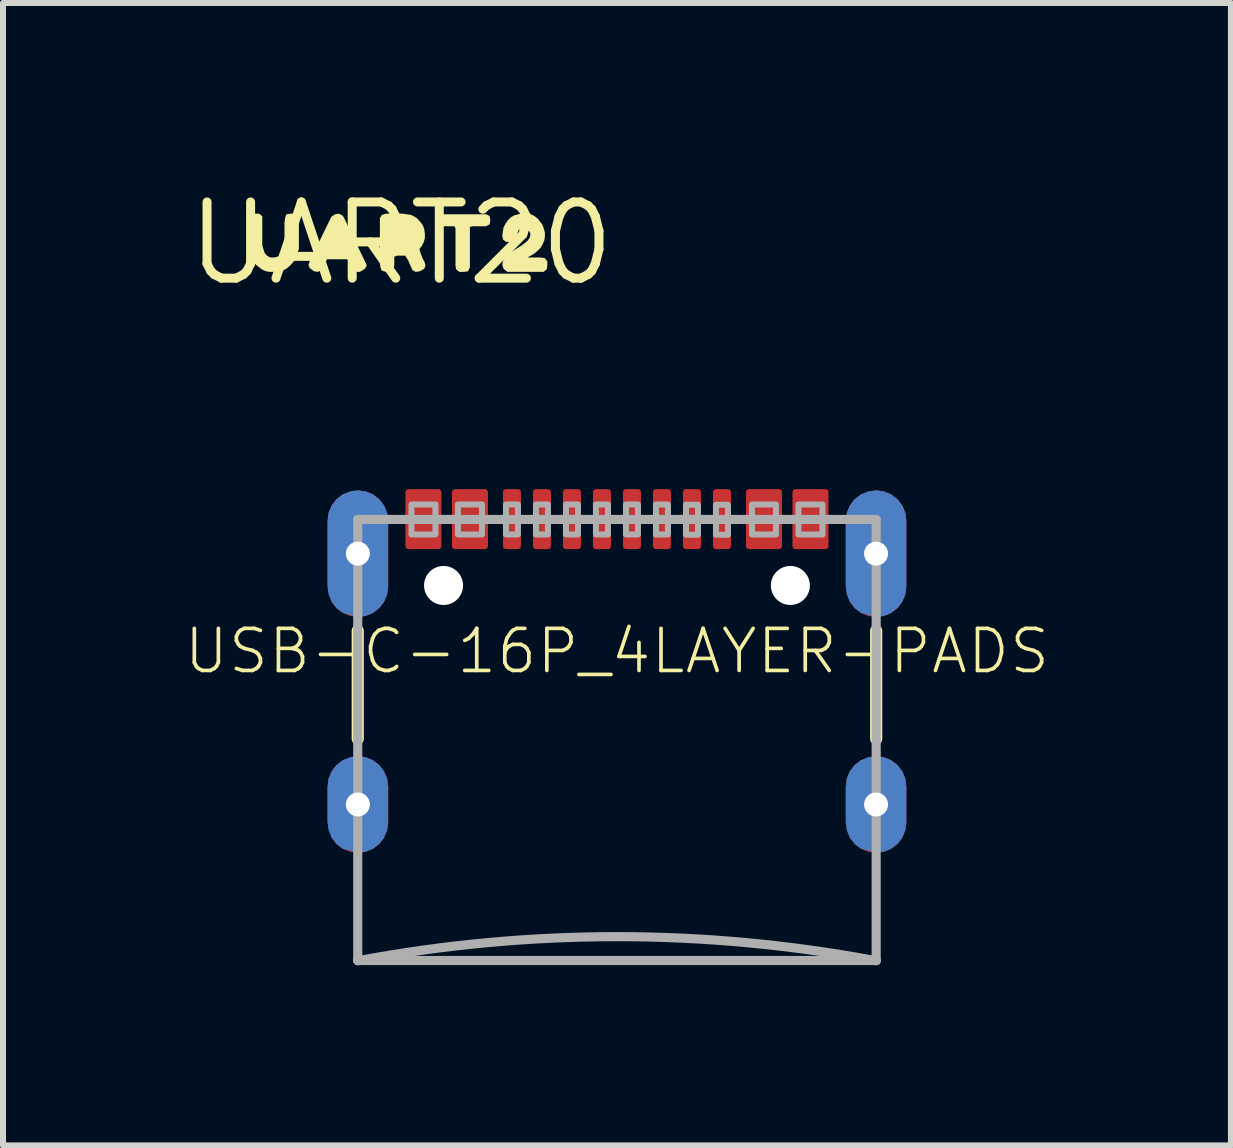
<source format=kicad_pcb>
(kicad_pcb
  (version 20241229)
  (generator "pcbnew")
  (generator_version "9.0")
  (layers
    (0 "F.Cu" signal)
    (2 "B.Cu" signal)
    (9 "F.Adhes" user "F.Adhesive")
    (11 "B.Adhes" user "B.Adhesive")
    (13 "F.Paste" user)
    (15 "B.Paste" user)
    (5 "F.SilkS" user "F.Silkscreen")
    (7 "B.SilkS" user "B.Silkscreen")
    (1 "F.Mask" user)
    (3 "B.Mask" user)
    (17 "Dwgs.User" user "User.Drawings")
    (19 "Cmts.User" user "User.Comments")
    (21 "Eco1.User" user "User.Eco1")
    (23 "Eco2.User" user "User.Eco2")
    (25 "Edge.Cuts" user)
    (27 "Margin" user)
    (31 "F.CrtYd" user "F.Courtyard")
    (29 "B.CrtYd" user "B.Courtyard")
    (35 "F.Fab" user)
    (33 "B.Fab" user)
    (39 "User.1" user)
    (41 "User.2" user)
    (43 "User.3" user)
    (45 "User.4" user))
  (footprint "USB-C-16P_4LAYER-PADS"
    (layer "F.Cu")
    (at 7.232 5.262)
    (property "Reference" "USB-C-16P_4LAYER-PADS" (at 0 2.54 0) (unlocked yes) (layer "F.SilkS") (effects (font (size 0.701 0.701) (thickness 0.061))))
    (fp_poly (pts (xy -4.187 -0.123) (xy -4.065 -0.072) (xy -3.961 0.008) (xy -3.881 0.112) (xy -3.83 0.234) (xy -3.813 0.365) (xy -3.813 1.465) (xy -3.83 1.596) (xy -3.881 1.718) (xy -3.961 1.822) (xy -4.065 1.902) (xy -4.187 1.953) (xy -4.318 1.97) (xy -4.449 1.953) (xy -4.571 1.902) (xy -4.675 1.822) (xy -4.756 1.717) (xy -4.823 1.466) (xy -4.823 0.365) (xy -4.806 0.234) (xy -4.755 0.112) (xy -4.675 0.008) (xy -4.57 -0.073) (xy -4.318 -0.14)) (stroke (width 0) (type default)) (fill yes) (layer "F.Cu"))
    (fp_poly (pts (xy -4.187 4.307) (xy -4.065 4.358) (xy -3.961 4.438) (xy -3.881 4.542) (xy -3.83 4.664) (xy -3.813 4.795) (xy -3.813 5.395) (xy -3.83 5.526) (xy -3.881 5.648) (xy -3.961 5.752) (xy -4.065 5.832) (xy -4.187 5.883) (xy -4.318 5.9) (xy -4.449 5.883) (xy -4.571 5.832) (xy -4.675 5.752) (xy -4.756 5.647) (xy -4.823 5.396) (xy -4.823 4.795) (xy -4.806 4.664) (xy -4.755 4.542) (xy -4.675 4.438) (xy -4.57 4.357) (xy -4.318 4.29)) (stroke (width 0) (type default)) (fill yes) (layer "F.Cu"))
    (fp_poly (pts (xy 4.449 -0.123) (xy 4.571 -0.072) (xy 4.675 0.008) (xy 4.755 0.112) (xy 4.806 0.234) (xy 4.823 0.365) (xy 4.823 1.465) (xy 4.806 1.596) (xy 4.755 1.718) (xy 4.675 1.822) (xy 4.571 1.902) (xy 4.449 1.953) (xy 4.318 1.97) (xy 4.187 1.953) (xy 4.065 1.902) (xy 3.961 1.822) (xy 3.88 1.717) (xy 3.813 1.466) (xy 3.813 0.365) (xy 3.83 0.234) (xy 3.881 0.112) (xy 3.961 0.008) (xy 4.066 -0.073) (xy 4.318 -0.14)) (stroke (width 0) (type default)) (fill yes) (layer "F.Cu"))
    (fp_poly (pts (xy 4.449 4.307) (xy 4.571 4.358) (xy 4.675 4.438) (xy 4.755 4.542) (xy 4.806 4.664) (xy 4.823 4.795) (xy 4.823 5.395) (xy 4.806 5.526) (xy 4.755 5.648) (xy 4.675 5.752) (xy 4.571 5.832) (xy 4.449 5.883) (xy 4.318 5.9) (xy 4.187 5.883) (xy 4.065 5.832) (xy 3.961 5.752) (xy 3.88 5.647) (xy 3.813 5.396) (xy 3.813 4.795) (xy 3.83 4.664) (xy 3.881 4.542) (xy 3.961 4.438) (xy 4.066 4.357) (xy 4.318 4.29)) (stroke (width 0) (type default)) (fill yes) (layer "F.Cu"))
    (fp_poly (pts (xy -4.169 -0.226) (xy -4.026 -0.173) (xy -3.902 -0.085) (xy -3.804 0.032) (xy -3.741 0.17) (xy -3.715 0.32) (xy -3.715 1.52) (xy -3.742 1.669) (xy -3.806 1.805) (xy -3.904 1.92) (xy -4.028 2.007) (xy -4.17 2.058) (xy -4.32 2.07) (xy -4.47 2.058) (xy -4.612 2.007) (xy -4.736 1.92) (xy -4.834 1.805) (xy -4.925 1.521) (xy -4.925 0.32) (xy -4.899 0.17) (xy -4.836 0.032) (xy -4.738 -0.085) (xy -4.614 -0.174) (xy -4.32 -0.24)) (stroke (width 0) (type default)) (fill yes) (layer "F.Mask"))
    (fp_poly (pts (xy -4.163 4.211) (xy -4.017 4.273) (xy -3.891 4.37) (xy -3.795 4.496) (xy -3.735 4.643) (xy -3.715 4.8) (xy -3.715 5.4) (xy -3.736 5.556) (xy -3.797 5.701) (xy -3.893 5.825) (xy -4.018 5.921) (xy -4.164 5.98) (xy -4.32 6) (xy -4.476 5.98) (xy -4.622 5.921) (xy -4.747 5.825) (xy -4.843 5.701) (xy -4.925 5.401) (xy -4.925 4.8) (xy -4.905 4.643) (xy -4.845 4.496) (xy -4.749 4.37) (xy -4.623 4.272) (xy -4.32 4.19)) (stroke (width 0) (type default)) (fill yes) (layer "F.Mask"))
    (fp_poly (pts (xy 4.471 -0.226) (xy 4.614 -0.173) (xy 4.738 -0.085) (xy 4.836 0.032) (xy 4.899 0.17) (xy 4.925 0.32) (xy 4.925 1.52) (xy 4.898 1.669) (xy 4.834 1.805) (xy 4.736 1.92) (xy 4.612 2.007) (xy 4.47 2.058) (xy 4.32 2.07) (xy 4.17 2.058) (xy 4.028 2.007) (xy 3.904 1.92) (xy 3.806 1.805) (xy 3.715 1.521) (xy 3.715 0.32) (xy 3.741 0.17) (xy 3.804 0.032) (xy 3.902 -0.085) (xy 4.026 -0.174) (xy 4.32 -0.24)) (stroke (width 0) (type default)) (fill yes) (layer "F.Mask"))
    (fp_poly (pts (xy 4.477 4.211) (xy 4.623 4.273) (xy 4.749 4.37) (xy 4.845 4.496) (xy 4.905 4.643) (xy 4.925 4.8) (xy 4.925 5.4) (xy 4.904 5.556) (xy 4.843 5.701) (xy 4.747 5.825) (xy 4.622 5.921) (xy 4.476 5.98) (xy 4.32 6) (xy 4.164 5.98) (xy 4.018 5.921) (xy 3.893 5.825) (xy 3.797 5.701) (xy 3.715 5.401) (xy 3.715 4.8) (xy 3.735 4.643) (xy 3.795 4.496) (xy 3.891 4.37) (xy 4.017 4.272) (xy 4.32 4.19)) (stroke (width 0) (type default)) (fill yes) (layer "F.Mask"))
    (fp_poly (pts (xy -4.187 -0.123) (xy -4.065 -0.072) (xy -3.961 0.008) (xy -3.881 0.112) (xy -3.83 0.234) (xy -3.813 0.365) (xy -3.813 1.465) (xy -3.83 1.596) (xy -3.881 1.718) (xy -3.961 1.822) (xy -4.065 1.902) (xy -4.187 1.953) (xy -4.318 1.97) (xy -4.57 1.903) (xy -4.675 1.822) (xy -4.755 1.718) (xy -4.806 1.596) (xy -4.823 1.465) (xy -4.823 0.365) (xy -4.806 0.234) (xy -4.755 0.112) (xy -4.675 0.008) (xy -4.571 -0.072) (xy -4.449 -0.123) (xy -4.318 -0.14)) (stroke (width 0) (type default)) (fill yes) (layer "B.Cu"))
    (fp_poly (pts (xy -4.187 4.307) (xy -4.065 4.358) (xy -3.961 4.438) (xy -3.881 4.542) (xy -3.83 4.664) (xy -3.813 4.795) (xy -3.813 5.395) (xy -3.83 5.526) (xy -3.881 5.648) (xy -3.961 5.752) (xy -4.065 5.832) (xy -4.187 5.883) (xy -4.318 5.9) (xy -4.57 5.833) (xy -4.675 5.752) (xy -4.755 5.648) (xy -4.806 5.526) (xy -4.823 5.395) (xy -4.823 4.795) (xy -4.806 4.664) (xy -4.755 4.542) (xy -4.675 4.438) (xy -4.571 4.358) (xy -4.449 4.307) (xy -4.318 4.29)) (stroke (width 0) (type default)) (fill yes) (layer "B.Cu"))
    (fp_poly (pts (xy 4.449 -0.123) (xy 4.571 -0.072) (xy 4.675 0.008) (xy 4.755 0.112) (xy 4.806 0.234) (xy 4.823 0.365) (xy 4.823 1.465) (xy 4.806 1.596) (xy 4.755 1.718) (xy 4.675 1.822) (xy 4.571 1.902) (xy 4.449 1.953) (xy 4.318 1.97) (xy 4.066 1.903) (xy 3.961 1.822) (xy 3.881 1.718) (xy 3.83 1.596) (xy 3.813 1.465) (xy 3.813 0.365) (xy 3.83 0.234) (xy 3.881 0.112) (xy 3.961 0.008) (xy 4.065 -0.072) (xy 4.187 -0.123) (xy 4.318 -0.14)) (stroke (width 0) (type default)) (fill yes) (layer "B.Cu"))
    (fp_poly (pts (xy 4.449 4.307) (xy 4.571 4.358) (xy 4.675 4.438) (xy 4.755 4.542) (xy 4.806 4.664) (xy 4.823 4.795) (xy 4.823 5.395) (xy 4.806 5.526) (xy 4.755 5.648) (xy 4.675 5.752) (xy 4.571 5.832) (xy 4.449 5.883) (xy 4.318 5.9) (xy 4.066 5.833) (xy 3.961 5.752) (xy 3.881 5.648) (xy 3.83 5.526) (xy 3.813 5.395) (xy 3.813 4.795) (xy 3.83 4.664) (xy 3.881 4.542) (xy 3.961 4.438) (xy 4.065 4.358) (xy 4.187 4.307) (xy 4.318 4.29)) (stroke (width 0) (type default)) (fill yes) (layer "B.Cu"))
    (fp_poly (pts (xy -4.203 0.087) (xy -4.105 0.153) (xy -4.018 0.365) (xy -4.018 1.465) (xy -4.04 1.58) (xy -4.106 1.678) (xy -4.318 1.766) (xy -4.433 1.743) (xy -4.531 1.677) (xy -4.619 1.465) (xy -4.619 0.365) (xy -4.596 0.25) (xy -4.53 0.152) (xy -4.318 0.064)) (stroke (width 0) (type default)) (fill yes) (layer "In1.Cu"))
    (fp_poly (pts (xy -4.203 4.502) (xy -4.105 4.568) (xy -4.018 4.78) (xy -4.018 5.4) (xy -4.04 5.515) (xy -4.106 5.613) (xy -4.318 5.701) (xy -4.433 5.678) (xy -4.531 5.612) (xy -4.619 5.4) (xy -4.619 4.78) (xy -4.596 4.665) (xy -4.53 4.567) (xy -4.318 4.479)) (stroke (width 0) (type default)) (fill yes) (layer "In1.Cu"))
    (fp_poly (pts (xy 4.433 0.087) (xy 4.531 0.153) (xy 4.619 0.365) (xy 4.619 1.465) (xy 4.596 1.58) (xy 4.53 1.678) (xy 4.318 1.766) (xy 4.203 1.743) (xy 4.105 1.677) (xy 4.018 1.465) (xy 4.018 0.365) (xy 4.04 0.25) (xy 4.106 0.152) (xy 4.318 0.064)) (stroke (width 0) (type default)) (fill yes) (layer "In1.Cu"))
    (fp_poly (pts (xy 4.433 4.502) (xy 4.531 4.568) (xy 4.619 4.78) (xy 4.619 5.4) (xy 4.596 5.515) (xy 4.53 5.613) (xy 4.318 5.701) (xy 4.203 5.678) (xy 4.105 5.612) (xy 4.018 5.4) (xy 4.018 4.78) (xy 4.04 4.665) (xy 4.106 4.567) (xy 4.318 4.479)) (stroke (width 0) (type default)) (fill yes) (layer "In1.Cu"))
    (fp_line (start -4.32 2.2) (end -4.32 4) (stroke (width 0.203) (type solid)) (layer "F.SilkS"))
    (fp_line (start 4.32 2.2) (end 4.32 4) (stroke (width 0.203) (type solid)) (layer "F.SilkS"))
    (fp_poly (pts (xy -4.203 0.087) (xy -4.105 0.153) (xy -4.018 0.365) (xy -4.018 1.465) (xy -4.04 1.58) (xy -4.106 1.678) (xy -4.318 1.766) (xy -4.433 1.743) (xy -4.531 1.677) (xy -4.619 1.465) (xy -4.619 0.365) (xy -4.596 0.25) (xy -4.53 0.152) (xy -4.318 0.064)) (stroke (width 0) (type default)) (fill yes) (layer "In2.Cu"))
    (fp_poly (pts (xy -4.203 4.502) (xy -4.105 4.568) (xy -4.018 4.78) (xy -4.018 5.4) (xy -4.04 5.515) (xy -4.106 5.613) (xy -4.318 5.701) (xy -4.433 5.678) (xy -4.531 5.612) (xy -4.619 5.4) (xy -4.619 4.78) (xy -4.596 4.665) (xy -4.53 4.567) (xy -4.318 4.479)) (stroke (width 0) (type default)) (fill yes) (layer "In2.Cu"))
    (fp_poly (pts (xy 4.433 0.087) (xy 4.531 0.153) (xy 4.619 0.365) (xy 4.619 1.465) (xy 4.596 1.58) (xy 4.53 1.678) (xy 4.318 1.766) (xy 4.203 1.743) (xy 4.105 1.677) (xy 4.018 1.465) (xy 4.018 0.365) (xy 4.04 0.25) (xy 4.106 0.152) (xy 4.318 0.064)) (stroke (width 0) (type default)) (fill yes) (layer "In2.Cu"))
    (fp_poly (pts (xy 4.433 4.502) (xy 4.531 4.568) (xy 4.619 4.78) (xy 4.619 5.4) (xy 4.596 5.515) (xy 4.53 5.613) (xy 4.318 5.701) (xy 4.203 5.678) (xy 4.105 5.612) (xy 4.018 5.4) (xy 4.018 4.78) (xy 4.04 4.665) (xy 4.106 4.567) (xy 4.318 4.479)) (stroke (width 0) (type default)) (fill yes) (layer "In2.Cu"))
    (fp_poly (pts (xy -4.219 -0.146) (xy -4.094 -0.103) (xy -3.984 -0.029) (xy -3.898 0.071) (xy -3.84 0.19) (xy -3.815 0.32) (xy -3.815 1.521) (xy -3.854 1.668) (xy -3.937 1.796) (xy -4.056 1.892) (xy -4.35 1.955) (xy -4.491 1.939) (xy -4.621 1.88) (xy -4.727 1.784) (xy -4.825 1.521) (xy -4.825 0.32) (xy -4.802 0.173) (xy -4.734 0.041) (xy -4.629 -0.065) (xy -4.351 -0.155)) (stroke (width 0) (type default)) (fill yes) (layer "F.Paste"))
    (fp_poly (pts (xy -4.147 4.322) (xy -4.011 4.395) (xy -3.903 4.507) (xy -3.815 4.799) (xy -3.815 5.4) (xy -3.836 5.553) (xy -3.904 5.693) (xy -4.011 5.805) (xy -4.299 5.905) (xy -4.434 5.89) (xy -4.559 5.841) (xy -4.667 5.761) (xy -4.751 5.656) (xy -4.825 5.401) (xy -4.825 4.8) (xy -4.805 4.667) (xy -4.751 4.544) (xy -4.667 4.439) (xy -4.559 4.359) (xy -4.3 4.295)) (stroke (width 0) (type default)) (fill yes) (layer "F.Paste"))
    (fp_poly (pts (xy 4.43 -0.145) (xy 4.553 -0.101) (xy 4.661 -0.026) (xy 4.745 0.073) (xy 4.801 0.191) (xy 4.825 0.32) (xy 4.825 1.521) (xy 4.787 1.667) (xy 4.707 1.794) (xy 4.59 1.89) (xy 4.3 1.955) (xy 4.164 1.949) (xy 4.035 1.902) (xy 3.927 1.816) (xy 3.815 1.571) (xy 3.815 0.37) (xy 3.827 0.239) (xy 3.873 0.115) (xy 3.949 0.007) (xy 4.05 -0.077) (xy 4.299 -0.155)) (stroke (width 0) (type default)) (fill yes) (layer "F.Paste"))
    (fp_poly (pts (xy 4.434 4.31) (xy 4.559 4.359) (xy 4.667 4.439) (xy 4.751 4.544) (xy 4.805 4.667) (xy 4.825 4.8) (xy 4.825 5.4) (xy 4.806 5.552) (xy 4.74 5.691) (xy 4.635 5.803) (xy 4.351 5.905) (xy 4.221 5.899) (xy 4.097 5.859) (xy 3.989 5.789) (xy 3.901 5.692) (xy 3.815 5.451) (xy 3.815 4.85) (xy 3.824 4.715) (xy 3.867 4.586) (xy 3.942 4.472) (xy 4.045 4.382) (xy 4.299 4.295)) (stroke (width 0) (type default)) (fill yes) (layer "F.Paste"))
    (fp_line (start -4.32 0.345) (end -4.32 1.965) (stroke (width 0.01) (type solid)) (layer "F.Fab"))
    (fp_line (start -4.32 0.345) (end 4.32 0.345) (stroke (width 0.152) (type solid)) (layer "F.Fab"))
    (fp_line (start -4.32 4.295) (end -4.32 5.895) (stroke (width 0.01) (type solid)) (layer "F.Fab"))
    (fp_line (start -4.32 7.695) (end -4.32 0.345) (stroke (width 0.152) (type solid)) (layer "F.Fab"))
    (fp_line (start -4.32 7.695) (end 4.32 7.695) (stroke (width 0.152) (type solid)) (layer "F.Fab"))
    (fp_line (start 4.32 0.345) (end 4.32 1.965) (stroke (width 0.01) (type solid)) (layer "F.Fab"))
    (fp_line (start 4.32 0.345) (end 4.32 7.695) (stroke (width 0.152) (type solid)) (layer "F.Fab"))
    (fp_line (start 4.32 4.295) (end 4.32 5.895) (stroke (width 0.01) (type solid)) (layer "F.Fab"))
    (fp_arc (start -4.32 7.7) (mid 0 7.297675) (end 4.32 7.7) (stroke (width 0.1524) (type solid)) (layer "F.Fab"))
    (fp_poly (pts (xy -3.425 0.595) (xy -3.025 0.595) (xy -3.025 0.095) (xy -3.425 0.095)) (stroke (width 0.1) (type default)) (fill no) (layer "F.Fab"))
    (fp_poly (pts (xy -2.65 0.595) (xy -2.25 0.595) (xy -2.25 0.095) (xy -2.65 0.095)) (stroke (width 0.1) (type default)) (fill no) (layer "F.Fab"))
    (fp_poly (pts (xy -1.85 0.595) (xy -1.65 0.595) (xy -1.65 0.095) (xy -1.85 0.095)) (stroke (width 0.1) (type default)) (fill no) (layer "F.Fab"))
    (fp_poly (pts (xy -1.35 0.595) (xy -1.15 0.595) (xy -1.15 0.095) (xy -1.35 0.095)) (stroke (width 0.1) (type default)) (fill no) (layer "F.Fab"))
    (fp_poly (pts (xy -0.85 0.595) (xy -0.65 0.595) (xy -0.65 0.095) (xy -0.85 0.095)) (stroke (width 0.1) (type default)) (fill no) (layer "F.Fab"))
    (fp_poly (pts (xy -0.35 0.595) (xy -0.15 0.595) (xy -0.15 0.095) (xy -0.35 0.095)) (stroke (width 0.1) (type default)) (fill no) (layer "F.Fab"))
    (fp_poly (pts (xy 0.15 0.595) (xy 0.35 0.595) (xy 0.35 0.095) (xy 0.15 0.095)) (stroke (width 0.1) (type default)) (fill no) (layer "F.Fab"))
    (fp_poly (pts (xy 0.65 0.595) (xy 0.85 0.595) (xy 0.85 0.095) (xy 0.65 0.095)) (stroke (width 0.1) (type default)) (fill no) (layer "F.Fab"))
    (fp_poly (pts (xy 1.15 0.6) (xy 1.35 0.6) (xy 1.35 0.1) (xy 1.15 0.1)) (stroke (width 0.1) (type default)) (fill no) (layer "F.Fab"))
    (fp_poly (pts (xy 1.65 0.6) (xy 1.85 0.6) (xy 1.85 0.1) (xy 1.65 0.1)) (stroke (width 0.1) (type default)) (fill no) (layer "F.Fab"))
    (fp_poly (pts (xy 2.25 0.595) (xy 2.65 0.595) (xy 2.65 0.095) (xy 2.25 0.095)) (stroke (width 0.1) (type default)) (fill no) (layer "F.Fab"))
    (fp_poly (pts (xy 3.025 0.595) (xy 3.425 0.595) (xy 3.425 0.095) (xy 3.025 0.095)) (stroke (width 0.1) (type default)) (fill no) (layer "F.Fab"))
    (pad "" np_thru_hole circle (at -2.89 1.445) (size 0.65 0.65) (drill 0.65) (layers "*.Cu" "*.Mask"))
    (pad "" np_thru_hole circle (at 2.89 1.445) (size 0.65 0.65) (drill 0.65) (layers "*.Cu" "*.Mask"))
    (pad "A5" smd roundrect (at -1.25 0.34 180) (size 0.3 1) (layers "F.Cu" "F.Mask" "F.Paste") (roundrect_rratio 0.169))
    (pad "A6" smd roundrect (at -0.25 0.34 180) (size 0.3 1) (layers "F.Cu" "F.Mask" "F.Paste") (roundrect_rratio 0.169))
    (pad "A7" smd roundrect (at 0.25 0.34) (size 0.3 1) (layers "F.Cu" "F.Mask" "F.Paste") (roundrect_rratio 0.169))
    (pad "A8" smd roundrect (at 1.25 0.34) (size 0.3 1) (layers "F.Cu" "F.Mask" "F.Paste") (roundrect_rratio 0.169))
    (pad "B5" smd roundrect (at 1.75 0.34) (size 0.3 1) (layers "F.Cu" "F.Mask" "F.Paste") (roundrect_rratio 0.169))
    (pad "B6" smd roundrect (at 0.75 0.34) (size 0.3 1) (layers "F.Cu" "F.Mask" "F.Paste") (roundrect_rratio 0.169))
    (pad "B7" smd roundrect (at -0.75 0.34 180) (size 0.3 1) (layers "F.Cu" "F.Mask" "F.Paste") (roundrect_rratio 0.169))
    (pad "B8" smd roundrect (at -1.75 0.34 180) (size 0.3 1) (layers "F.Cu" "F.Mask" "F.Paste") (roundrect_rratio 0.169))
    (pad "GND" smd roundrect (at -3.225 0.34 180) (size 0.6 1) (layers "F.Cu" "F.Mask" "F.Paste") (roundrect_rratio 0.085))
    (pad "GND2" smd roundrect (at 3.225 0.34) (size 0.6 1) (layers "F.Cu" "F.Mask" "F.Paste") (roundrect_rratio 0.085))
    (pad "SHLD1" thru_hole oval (at -4.318 0.915 90) (size 1.2 0.6) (drill 0.4) (layers "*.Cu"))
    (pad "SHLD2" thru_hole oval (at 4.318 0.915 90) (size 1.2 0.6) (drill 0.4) (layers "*.Cu"))
    (pad "SHLD3" thru_hole oval (at -4.318 5.095 90) (size 1.2 0.6) (drill 0.4) (layers "*.Cu"))
    (pad "SHLD4" thru_hole oval (at 4.318 5.095 90) (size 1.2 0.6) (drill 0.4) (layers "*.Cu"))
    (pad "VBUS1" smd roundrect (at -2.45 0.34 180) (size 0.6 1) (layers "F.Cu" "F.Mask" "F.Paste") (roundrect_rratio 0.085))
    (pad "VBUS2" smd roundrect (at 2.45 0.34) (size 0.6 1) (layers "F.Cu" "F.Mask" "F.Paste") (roundrect_rratio 0.085)))
  (footprint "UART20"
    (layer "F.Cu")
    (at 3.636 1.006)
    (property "Reference" "UART20" (at 0 0 0) (layer "F.SilkS") (effects (font (size 1.27 1.27) (thickness 0.15))))
    (fp_poly (pts (xy 1.475 -0.453) (xy 1.485 -0.38) (xy 1.475 -0.317) (xy 1.411 -0.285) (xy 1.2 -0.285) (xy 1.145 -0.276) (xy 1.145 0.401) (xy 1.113 0.465) (xy 1.05 0.475) (xy 0.968 0.475) (xy 0.915 0.433) (xy 0.905 0.37) (xy 0.905 -0.249) (xy 0.887 -0.285) (xy 0.69 -0.285) (xy 0.618 -0.295) (xy 0.565 -0.338) (xy 0.565 -0.411) (xy 0.597 -0.475) (xy 0.66 -0.485) (xy 1.421 -0.485)) (stroke (width 0) (type default)) (fill yes) (layer "F.SilkS"))
    (fp_poly (pts (xy -0.977 -0.464) (xy -0.956 -0.432) (xy -0.595 0.318) (xy -0.574 0.37) (xy -0.606 0.424) (xy -0.689 0.475) (xy -0.752 0.475) (xy -0.804 0.433) (xy -0.864 0.303) (xy -0.902 0.265) (xy -1.237 0.265) (xy -1.296 0.382) (xy -1.326 0.444) (xy -1.389 0.475) (xy -1.452 0.465) (xy -1.524 0.413) (xy -1.545 0.36) (xy -1.525 0.298) (xy -1.194 -0.382) (xy -1.164 -0.443) (xy -1.102 -0.485) (xy -1.039 -0.495)) (stroke (width 0) (type default)) (fill yes) (layer "F.SilkS"))
    (fp_poly (pts (xy 0.091 -0.485) (xy 0.162 -0.475) (xy 0.223 -0.444) (xy 0.288 -0.401) (xy 0.282 -0.395) (xy 0.324 -0.353) (xy 0.365 -0.292) (xy 0.385 -0.231) (xy 0.395 -0.16) (xy 0.395 -0.089) (xy 0.375 -0.018) (xy 0.344 0.043) (xy 0.305 0.091) (xy 0.315 0.139) (xy 0.364 0.268) (xy 0.385 0.298) (xy 0.405 0.37) (xy 0.384 0.423) (xy 0.312 0.465) (xy 0.239 0.475) (xy 0.186 0.443) (xy 0.116 0.282) (xy 0.067 0.205) (xy -0.069 0.205) (xy -0.115 0.223) (xy -0.115 0.36) (xy -0.125 0.422) (xy -0.168 0.465) (xy -0.25 0.475) (xy -0.324 0.454) (xy -0.345 0.401) (xy -0.355 0.33) (xy -0.355 -0.421) (xy -0.323 -0.474) (xy -0.251 -0.495) (xy 0.03 -0.495)) (stroke (width 0) (type default)) (fill yes) (layer "F.SilkS"))
    (fp_poly (pts (xy -2.315 -0.452) (xy -2.315 0.029) (xy -2.295 0.099) (xy -2.276 0.158) (xy -2.237 0.206) (xy -2.179 0.235) (xy -2.111 0.235) (xy -2.042 0.215) (xy -1.994 0.177) (xy -1.965 0.118) (xy -1.945 0.059) (xy -1.945 -0.35) (xy -1.935 -0.421) (xy -1.914 -0.484) (xy -1.85 -0.495) (xy -1.769 -0.495) (xy -1.715 -0.463) (xy -1.705 -0.39) (xy -1.705 0.091) (xy -1.725 0.151) (xy -1.745 0.222) (xy -1.776 0.283) (xy -1.816 0.333) (xy -1.867 0.384) (xy -1.917 0.424) (xy -1.978 0.455) (xy -2.049 0.475) (xy -2.19 0.475) (xy -2.251 0.465) (xy -2.323 0.434) (xy -2.373 0.394) (xy -2.423 0.354) (xy -2.474 0.303) (xy -2.505 0.242) (xy -2.525 0.181) (xy -2.545 0.111) (xy -2.555 0.04) (xy -2.555 -0.432) (xy -2.513 -0.495) (xy -2.368 -0.495)) (stroke (width 0) (type default)) (fill yes) (layer "F.SilkS"))
    (fp_poly (pts (xy 2.162 -0.485) (xy 2.223 -0.454) (xy 2.274 -0.414) (xy 2.314 -0.363) (xy 2.354 -0.312) (xy 2.375 -0.251) (xy 2.395 -0.181) (xy 2.395 -0.11) (xy 2.385 -0.049) (xy 2.354 0.022) (xy 2.324 0.073) (xy 2.273 0.124) (xy 2.213 0.174) (xy 2.162 0.204) (xy 2.108 0.231) (xy 2.112 0.235) (xy 2.32 0.235) (xy 2.393 0.245) (xy 2.435 0.298) (xy 2.435 0.37) (xy 2.425 0.433) (xy 2.372 0.475) (xy 1.768 0.475) (xy 1.706 0.423) (xy 1.685 0.36) (xy 1.695 0.298) (xy 1.736 0.237) (xy 1.776 0.186) (xy 1.827 0.146) (xy 2.007 0.036) (xy 2.057 -0.004) (xy 2.106 -0.043) (xy 2.145 -0.102) (xy 2.155 -0.159) (xy 2.126 -0.217) (xy 2.078 -0.255) (xy 2.012 -0.255) (xy 1.954 -0.217) (xy 1.935 -0.159) (xy 1.925 -0.099) (xy 1.904 -0.046) (xy 1.831 -0.025) (xy 1.748 -0.025) (xy 1.695 -0.067) (xy 1.685 -0.13) (xy 1.695 -0.201) (xy 1.705 -0.262) (xy 1.736 -0.323) (xy 1.776 -0.383) (xy 1.827 -0.434) (xy 1.878 -0.465) (xy 1.949 -0.485) (xy 2.02 -0.495) (xy 2.09 -0.495)) (stroke (width 0) (type default)) (fill yes) (layer "F.SilkS")))
  (gr_rect
    (start -3 -3)
    (end 17.464 16.039)
    (stroke (width 0.1) (type default))
    (fill no)
    (layer "Edge.Cuts")))
</source>
